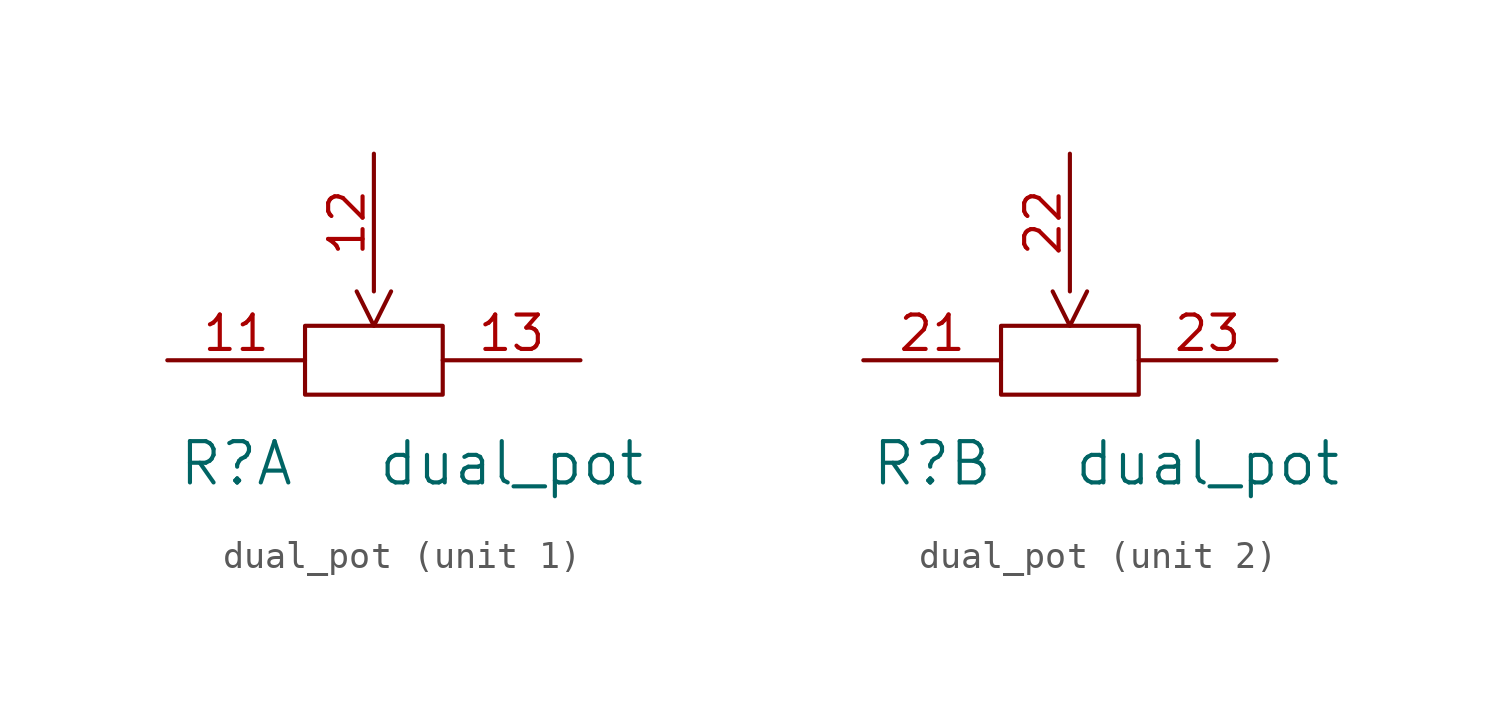
<source format=kicad_sym>
(kicad_symbol_lib
  (version 20211014)
  (generator kicad_symbol_editor)
  (symbol "dual_pot"
    (pin_names
      (offset 1.016))
    (property "Reference" "R"
      (at -5.08 -3.81 0)
      (effects (font (size 1.524 1.524))))
    (property "Value" "dual_pot"
      (at 5.08 -3.81 0)
      (effects (font (size 1.524 1.524))))
    (property "Footprint" ""
      (at 0 0 0)
      (effects (font (size 1.524 1.524))))
    (property "Datasheet" ""
      (at 0 0 0)
      (effects (font (size 1.524 1.524))))
    (property "ki_locked" ""
      (at 0 0 0)
      (effects (font (size 1.27 1.27))))
    (symbol "dual_pot_0_1"
      (rectangle (start -2.54 1.27) (end 2.54 -1.27) (stroke (width 0) (type default) (color 0 0 0 0)) (fill (type none))))
    (symbol "dual_pot_1_1"
      (pin bidirectional line (at -7.62 0 0) (length 5.08) (name "~" (effects (font (size 1.27 1.27)))) (number "11" (effects (font (size 1.27 1.27)))))
      (pin bidirectional clock (at 0 7.62 270) (length 5.08) (name "~" (effects (font (size 1.27 1.27)))) (number "12" (effects (font (size 1.27 1.27)))))
      (pin bidirectional line (at 7.62 0 180) (length 5.08) (name "~" (effects (font (size 1.27 1.27)))) (number "13" (effects (font (size 1.27 1.27))))))
    (symbol "dual_pot_2_1"
      (pin bidirectional line (at -7.62 0 0) (length 5.08) (name "~" (effects (font (size 1.27 1.27)))) (number "21" (effects (font (size 1.27 1.27)))))
      (pin bidirectional clock (at 0 7.62 270) (length 5.08) (name "~" (effects (font (size 1.27 1.27)))) (number "22" (effects (font (size 1.27 1.27)))))
      (pin bidirectional line (at 7.62 0 180) (length 5.08) (name "~" (effects (font (size 1.27 1.27)))) (number "23" (effects (font (size 1.27 1.27))))))))
</source>
